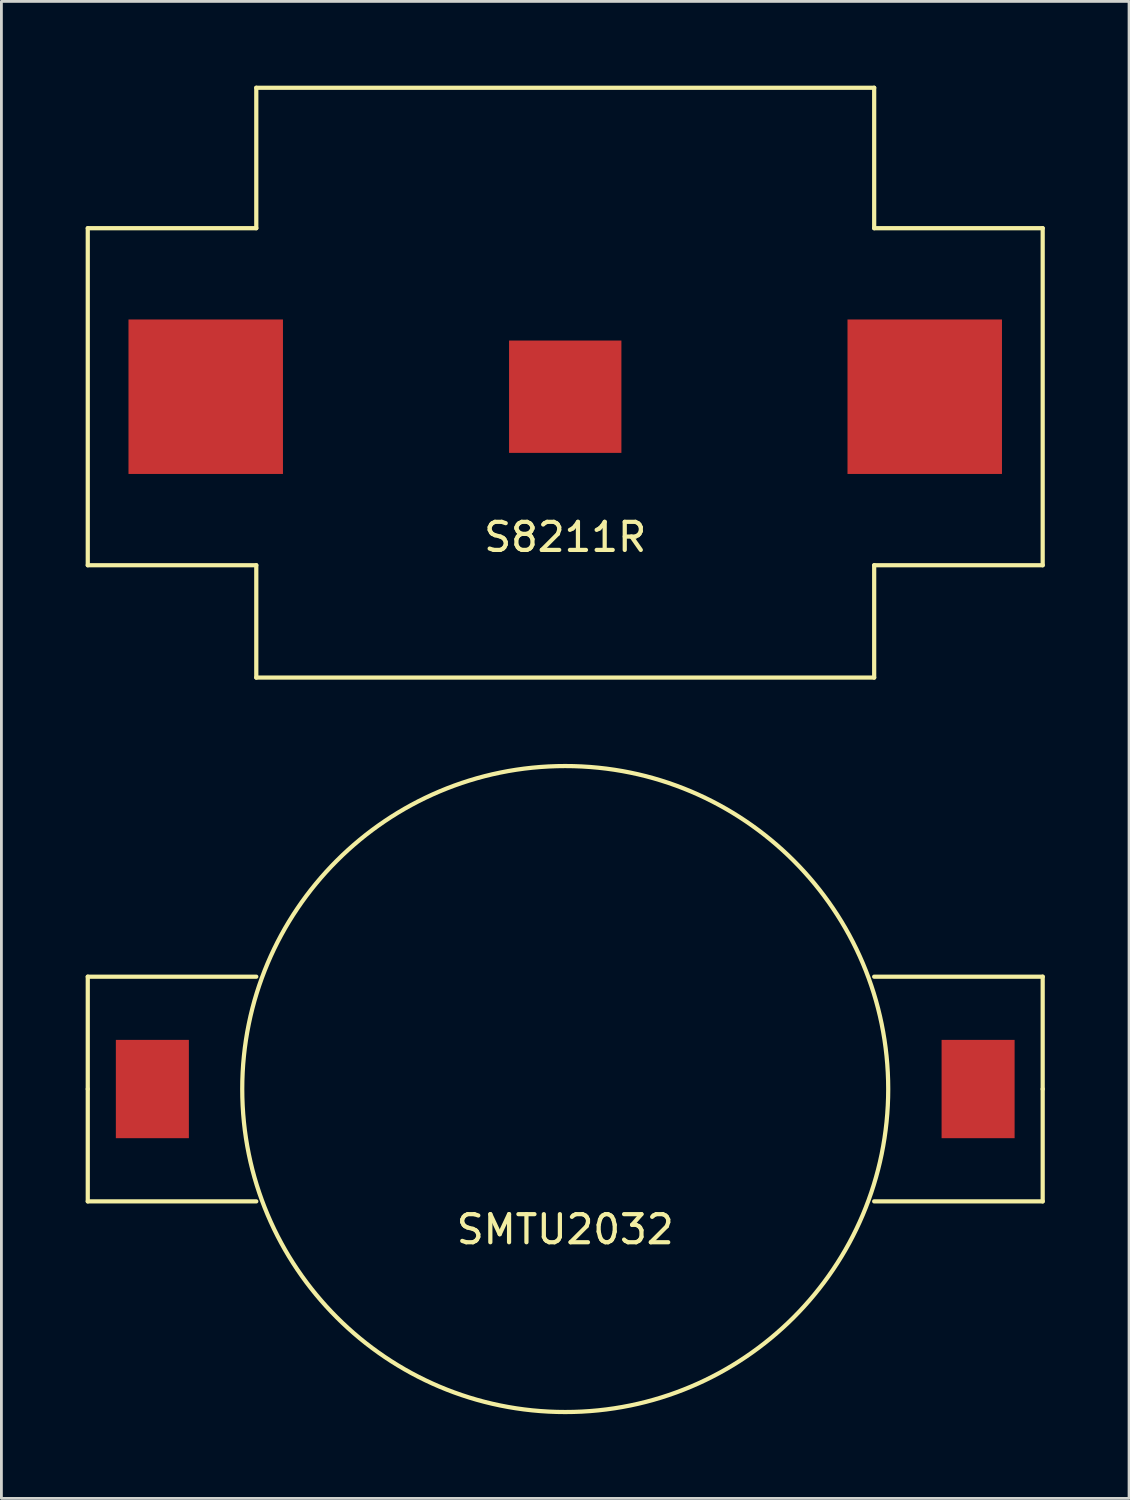
<source format=kicad_pcb>
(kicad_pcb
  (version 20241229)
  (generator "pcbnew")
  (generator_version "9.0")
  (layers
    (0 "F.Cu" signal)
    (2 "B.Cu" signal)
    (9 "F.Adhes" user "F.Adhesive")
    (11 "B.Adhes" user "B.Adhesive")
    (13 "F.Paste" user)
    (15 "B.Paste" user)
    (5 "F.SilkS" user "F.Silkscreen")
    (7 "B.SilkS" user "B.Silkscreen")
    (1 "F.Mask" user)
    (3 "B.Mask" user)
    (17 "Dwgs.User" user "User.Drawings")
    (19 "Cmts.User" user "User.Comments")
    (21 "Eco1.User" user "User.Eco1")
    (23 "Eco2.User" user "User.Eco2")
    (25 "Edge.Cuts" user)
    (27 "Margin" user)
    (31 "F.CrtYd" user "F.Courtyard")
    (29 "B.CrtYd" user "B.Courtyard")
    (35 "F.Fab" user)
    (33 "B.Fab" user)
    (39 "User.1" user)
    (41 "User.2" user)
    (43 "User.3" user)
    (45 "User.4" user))
  (footprint "SMTU2032"
    (layer "F.Cu")
    (at 17.075 35.725)
    (property "Reference" "SMTU2032" (at 0 5 0) (layer "F.SilkS") (effects (font (size 1 1) (thickness 0.15))))
    (attr through_hole)
    (fp_line (start -17 -4) (end -11 -4) (stroke (width 0.15) (type solid)) (layer "F.SilkS"))
    (fp_line (start -17 0) (end -17 -4) (stroke (width 0.15) (type solid)) (layer "F.SilkS"))
    (fp_line (start -17 0) (end -17 4) (stroke (width 0.15) (type solid)) (layer "F.SilkS"))
    (fp_line (start -17 4) (end -11 4) (stroke (width 0.15) (type solid)) (layer "F.SilkS"))
    (fp_line (start 17 -4) (end 11 -4) (stroke (width 0.15) (type solid)) (layer "F.SilkS"))
    (fp_line (start 17 0) (end 17 -4) (stroke (width 0.15) (type solid)) (layer "F.SilkS"))
    (fp_line (start 17 0) (end 17 4) (stroke (width 0.15) (type solid)) (layer "F.SilkS"))
    (fp_line (start 17 4) (end 11 4) (stroke (width 0.15) (type solid)) (layer "F.SilkS"))
    (fp_circle (center 0 0) (end 11.5 0) (stroke (width 0.15) (type solid)) (fill no) (layer "F.SilkS"))
    (pad "" smd rect (at 0 0) (size 11 7) (layers "F.Mask"))
    (pad "1" smd rect (at 14.7 0) (size 2.6 3.5) (layers "F.Cu" "F.Mask" "F.Paste"))
    (pad "2" smd rect (at -14.7 0) (size 2.6 3.5) (layers "F.Cu" "F.Mask" "F.Paste")))
  (footprint "S8211R"
    (layer "F.Cu")
    (at 17.075 11.075)
    (property "Reference" "S8211R" (at 0 5 0) (layer "F.SilkS") (effects (font (size 1 1) (thickness 0.15))))
    (attr through_hole)
    (fp_line (start -17 -6) (end -17 6) (stroke (width 0.15) (type solid)) (layer "F.SilkS"))
    (fp_line (start -17 6) (end -11 6) (stroke (width 0.15) (type solid)) (layer "F.SilkS"))
    (fp_line (start -11 -11) (end -11 -6) (stroke (width 0.15) (type solid)) (layer "F.SilkS"))
    (fp_line (start -11 -6) (end -17 -6) (stroke (width 0.15) (type solid)) (layer "F.SilkS"))
    (fp_line (start -11 6) (end -11 10) (stroke (width 0.15) (type solid)) (layer "F.SilkS"))
    (fp_line (start -11 10) (end 11 10) (stroke (width 0.15) (type solid)) (layer "F.SilkS"))
    (fp_line (start 11 -11) (end -11 -11) (stroke (width 0.15) (type solid)) (layer "F.SilkS"))
    (fp_line (start 11 -6) (end 11 -11) (stroke (width 0.15) (type solid)) (layer "F.SilkS"))
    (fp_line (start 11 6) (end 17 6) (stroke (width 0.15) (type solid)) (layer "F.SilkS"))
    (fp_line (start 11 10) (end 11 6) (stroke (width 0.15) (type solid)) (layer "F.SilkS"))
    (fp_line (start 17 -6) (end 11 -6) (stroke (width 0.15) (type solid)) (layer "F.SilkS"))
    (fp_line (start 17 6) (end 17 -6) (stroke (width 0.15) (type solid)) (layer "F.SilkS"))
    (pad "1" smd rect (at -12.8 0) (size 5.5 5.5) (layers "*.Mask" "F.Cu"))
    (pad "1" smd rect (at 12.8 0) (size 5.5 5.5) (layers "*.Mask" "F.Cu"))
    (pad "2" smd rect (at 0 0) (size 4 4) (layers "*.Mask" "F.Cu")))
  (gr_rect
    (start -3 -3)
    (end 37.15 50.3)
    (stroke (width 0.1) (type default))
    (fill no)
    (layer "Edge.Cuts")))
</source>
